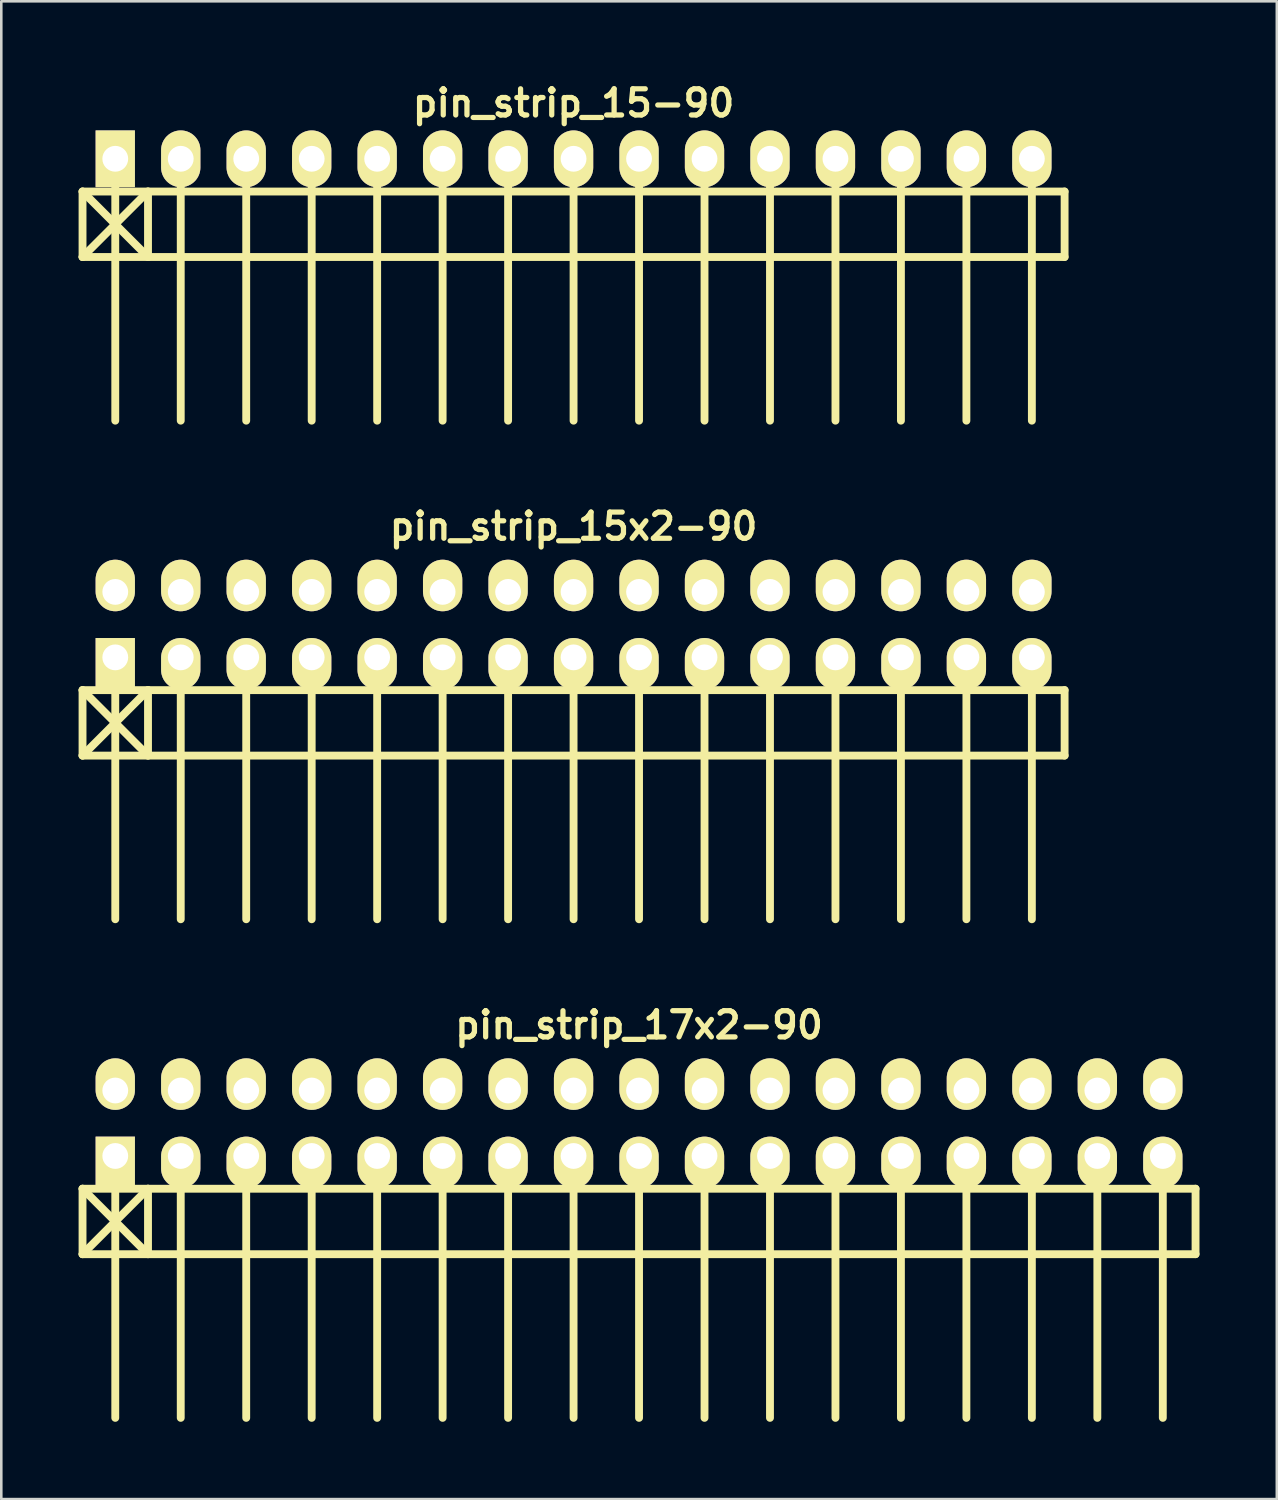
<source format=kicad_pcb>
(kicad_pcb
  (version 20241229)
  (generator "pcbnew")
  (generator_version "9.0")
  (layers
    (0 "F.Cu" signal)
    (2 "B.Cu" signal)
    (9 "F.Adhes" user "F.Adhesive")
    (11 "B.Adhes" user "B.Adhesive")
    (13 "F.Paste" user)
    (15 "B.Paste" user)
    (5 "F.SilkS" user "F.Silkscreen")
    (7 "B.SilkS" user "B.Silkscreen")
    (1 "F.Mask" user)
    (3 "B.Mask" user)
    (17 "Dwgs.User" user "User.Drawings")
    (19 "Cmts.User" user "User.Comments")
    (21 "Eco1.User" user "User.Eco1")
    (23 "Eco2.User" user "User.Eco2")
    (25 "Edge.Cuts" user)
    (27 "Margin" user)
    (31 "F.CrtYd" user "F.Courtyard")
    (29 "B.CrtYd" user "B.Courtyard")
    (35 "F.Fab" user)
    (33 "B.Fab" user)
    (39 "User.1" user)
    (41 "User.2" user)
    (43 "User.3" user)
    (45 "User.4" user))
  (footprint "pin_strip_17x2-90"
    (layer "F.Cu")
    (at 21.742 40.527)
    (property "Reference" "pin_strip_17x2-90" (at 0 -3.81 0) (layer "F.SilkS") (effects (font (size 1.016 1.016) (thickness 0.203))))
    (attr through_hole)
    (fp_line (start -21.59 2.54) (end -19.05 5.08) (stroke (width 0.305) (type solid)) (layer "F.SilkS"))
    (fp_line (start -21.59 2.54) (end 21.59 2.54) (stroke (width 0.305) (type solid)) (layer "F.SilkS"))
    (fp_line (start -21.59 5.08) (end -21.59 2.54) (stroke (width 0.305) (type solid)) (layer "F.SilkS"))
    (fp_line (start -20.32 1.27) (end -20.32 11.43) (stroke (width 0.305) (type solid)) (layer "F.SilkS"))
    (fp_line (start -19.05 2.54) (end -21.59 5.08) (stroke (width 0.305) (type solid)) (layer "F.SilkS"))
    (fp_line (start -19.05 5.08) (end -19.05 2.54) (stroke (width 0.305) (type solid)) (layer "F.SilkS"))
    (fp_line (start -17.78 1.27) (end -17.78 11.43) (stroke (width 0.305) (type solid)) (layer "F.SilkS"))
    (fp_line (start -15.24 11.43) (end -15.24 1.27) (stroke (width 0.305) (type solid)) (layer "F.SilkS"))
    (fp_line (start -12.7 1.27) (end -12.7 11.43) (stroke (width 0.305) (type solid)) (layer "F.SilkS"))
    (fp_line (start -10.16 1.27) (end -10.16 11.43) (stroke (width 0.305) (type solid)) (layer "F.SilkS"))
    (fp_line (start -7.62 1.27) (end -7.62 11.43) (stroke (width 0.305) (type solid)) (layer "F.SilkS"))
    (fp_line (start -5.08 1.27) (end -5.08 11.43) (stroke (width 0.305) (type solid)) (layer "F.SilkS"))
    (fp_line (start -2.54 1.27) (end -2.54 11.43) (stroke (width 0.305) (type solid)) (layer "F.SilkS"))
    (fp_line (start 0 1.27) (end 0 11.43) (stroke (width 0.305) (type solid)) (layer "F.SilkS"))
    (fp_line (start 2.54 1.27) (end 2.54 11.43) (stroke (width 0.305) (type solid)) (layer "F.SilkS"))
    (fp_line (start 5.08 1.27) (end 5.08 11.43) (stroke (width 0.305) (type solid)) (layer "F.SilkS"))
    (fp_line (start 7.62 1.27) (end 7.62 11.43) (stroke (width 0.305) (type solid)) (layer "F.SilkS"))
    (fp_line (start 10.16 11.43) (end 10.16 1.27) (stroke (width 0.305) (type solid)) (layer "F.SilkS"))
    (fp_line (start 12.7 1.27) (end 12.7 11.43) (stroke (width 0.305) (type solid)) (layer "F.SilkS"))
    (fp_line (start 15.24 1.27) (end 15.24 11.43) (stroke (width 0.305) (type solid)) (layer "F.SilkS"))
    (fp_line (start 17.78 1.27) (end 17.78 11.43) (stroke (width 0.305) (type solid)) (layer "F.SilkS"))
    (fp_line (start 20.32 1.27) (end 20.32 11.43) (stroke (width 0.305) (type solid)) (layer "F.SilkS"))
    (fp_line (start 21.59 2.54) (end 21.59 5.08) (stroke (width 0.305) (type solid)) (layer "F.SilkS"))
    (fp_line (start 21.59 5.08) (end -21.59 5.08) (stroke (width 0.305) (type solid)) (layer "F.SilkS"))
    (pad "1" thru_hole rect (at -20.32 1.27) (size 1.524 1.999) (drill 1.001 (offset 0 0.249)) (layers "*.Cu" "*.Mask" "F.SilkS"))
    (pad "2" thru_hole oval (at -20.32 -1.27) (size 1.524 1.999) (drill 1.001 (offset 0 -0.249)) (layers "*.Cu" "*.Mask" "F.SilkS"))
    (pad "3" thru_hole oval (at -17.78 1.27) (size 1.524 1.999) (drill 1.001 (offset 0 0.249)) (layers "*.Cu" "*.Mask" "F.SilkS"))
    (pad "4" thru_hole oval (at -17.78 -1.27) (size 1.524 1.999) (drill 1.001 (offset 0 -0.249)) (layers "*.Cu" "*.Mask" "F.SilkS"))
    (pad "5" thru_hole oval (at -15.24 1.27) (size 1.524 1.999) (drill 1.001 (offset 0 0.249)) (layers "*.Cu" "*.Mask" "F.SilkS"))
    (pad "6" thru_hole oval (at -15.24 -1.27) (size 1.524 1.999) (drill 1.001 (offset 0 -0.249)) (layers "*.Cu" "*.Mask" "F.SilkS"))
    (pad "7" thru_hole oval (at -12.7 1.27) (size 1.524 1.999) (drill 1.001 (offset 0 0.249)) (layers "*.Cu" "*.Mask" "F.SilkS"))
    (pad "8" thru_hole oval (at -12.7 -1.27) (size 1.524 1.999) (drill 1.001 (offset 0 -0.249)) (layers "*.Cu" "*.Mask" "F.SilkS"))
    (pad "9" thru_hole oval (at -10.16 1.27) (size 1.524 1.999) (drill 1.001 (offset 0 0.249)) (layers "*.Cu" "*.Mask" "F.SilkS"))
    (pad "10" thru_hole oval (at -10.16 -1.27) (size 1.524 1.999) (drill 1.001 (offset 0 -0.249)) (layers "*.Cu" "*.Mask" "F.SilkS"))
    (pad "11" thru_hole oval (at -7.62 1.27) (size 1.524 1.999) (drill 1.001 (offset 0 0.249)) (layers "*.Cu" "*.Mask" "F.SilkS"))
    (pad "12" thru_hole oval (at -7.62 -1.27) (size 1.524 1.999) (drill 1.001 (offset 0 -0.249)) (layers "*.Cu" "*.Mask" "F.SilkS"))
    (pad "13" thru_hole oval (at -5.08 1.27) (size 1.524 1.999) (drill 1.001 (offset 0 0.249)) (layers "*.Cu" "*.Mask" "F.SilkS"))
    (pad "14" thru_hole oval (at -5.08 -1.27) (size 1.524 1.999) (drill 1.001 (offset 0 -0.249)) (layers "*.Cu" "*.Mask" "F.SilkS"))
    (pad "15" thru_hole oval (at -2.54 1.27) (size 1.524 1.999) (drill 1.001 (offset 0 0.249)) (layers "*.Cu" "*.Mask" "F.SilkS"))
    (pad "16" thru_hole oval (at -2.54 -1.27) (size 1.524 1.999) (drill 1.001 (offset 0 -0.249)) (layers "*.Cu" "*.Mask" "F.SilkS"))
    (pad "17" thru_hole oval (at 0 1.27) (size 1.524 1.999) (drill 1.001 (offset 0 0.249)) (layers "*.Cu" "*.Mask" "F.SilkS"))
    (pad "18" thru_hole oval (at 0 -1.27) (size 1.524 1.999) (drill 1.001 (offset 0 -0.249)) (layers "*.Cu" "*.Mask" "F.SilkS"))
    (pad "19" thru_hole oval (at 2.54 1.27) (size 1.524 1.999) (drill 1.001 (offset 0 0.249)) (layers "*.Cu" "*.Mask" "F.SilkS"))
    (pad "20" thru_hole oval (at 2.54 -1.27) (size 1.524 1.999) (drill 1.001 (offset 0 -0.249)) (layers "*.Cu" "*.Mask" "F.SilkS"))
    (pad "21" thru_hole oval (at 5.08 1.27) (size 1.524 1.999) (drill 1.001 (offset 0 0.249)) (layers "*.Cu" "*.Mask" "F.SilkS"))
    (pad "22" thru_hole oval (at 5.08 -1.27) (size 1.524 1.999) (drill 1.001 (offset 0 -0.249)) (layers "*.Cu" "*.Mask" "F.SilkS"))
    (pad "23" thru_hole oval (at 7.62 1.27) (size 1.524 1.999) (drill 1.001 (offset 0 0.249)) (layers "*.Cu" "*.Mask" "F.SilkS"))
    (pad "24" thru_hole oval (at 7.62 -1.27) (size 1.524 1.999) (drill 1.001 (offset 0 -0.249)) (layers "*.Cu" "*.Mask" "F.SilkS"))
    (pad "25" thru_hole oval (at 10.16 1.27) (size 1.524 1.999) (drill 1.001 (offset 0 0.249)) (layers "*.Cu" "*.Mask" "F.SilkS"))
    (pad "26" thru_hole oval (at 10.16 -1.27) (size 1.524 1.999) (drill 1.001 (offset 0 -0.249)) (layers "*.Cu" "*.Mask" "F.SilkS"))
    (pad "27" thru_hole oval (at 12.7 1.27) (size 1.524 1.999) (drill 1.001 (offset 0 0.249)) (layers "*.Cu" "*.Mask" "F.SilkS"))
    (pad "28" thru_hole oval (at 12.7 -1.27) (size 1.524 1.999) (drill 1.001 (offset 0 -0.249)) (layers "*.Cu" "*.Mask" "F.SilkS"))
    (pad "29" thru_hole oval (at 15.24 1.27) (size 1.524 1.999) (drill 1.001 (offset 0 0.249)) (layers "*.Cu" "*.Mask" "F.SilkS"))
    (pad "30" thru_hole oval (at 15.24 -1.27) (size 1.524 1.999) (drill 1.001 (offset 0 -0.249)) (layers "*.Cu" "*.Mask" "F.SilkS"))
    (pad "31" thru_hole oval (at 17.78 1.27) (size 1.524 1.999) (drill 1.001 (offset 0 0.249)) (layers "*.Cu" "*.Mask" "F.SilkS"))
    (pad "32" thru_hole oval (at 17.78 -1.27) (size 1.524 1.999) (drill 1.001 (offset 0 -0.249)) (layers "*.Cu" "*.Mask" "F.SilkS"))
    (pad "33" thru_hole oval (at 20.32 1.27) (size 1.524 1.999) (drill 1.001 (offset 0 0.249)) (layers "*.Cu" "*.Mask" "F.SilkS"))
    (pad "34" thru_hole oval (at 20.32 -1.27) (size 1.524 1.999) (drill 1.001 (offset 0 -0.249)) (layers "*.Cu" "*.Mask" "F.SilkS")))
  (footprint "pin_strip_15x2-90"
    (layer "F.Cu")
    (at 19.202 21.183)
    (property "Reference" "pin_strip_15x2-90" (at 0 -3.81 0) (layer "F.SilkS") (effects (font (size 1.016 1.016) (thickness 0.203))))
    (attr through_hole)
    (fp_line (start -19.05 2.54) (end -16.51 5.08) (stroke (width 0.305) (type solid)) (layer "F.SilkS"))
    (fp_line (start -19.05 2.54) (end 19.05 2.54) (stroke (width 0.305) (type solid)) (layer "F.SilkS"))
    (fp_line (start -19.05 5.08) (end -19.05 2.54) (stroke (width 0.305) (type solid)) (layer "F.SilkS"))
    (fp_line (start -17.78 1.27) (end -17.78 11.43) (stroke (width 0.305) (type solid)) (layer "F.SilkS"))
    (fp_line (start -16.51 2.54) (end -19.05 5.08) (stroke (width 0.305) (type solid)) (layer "F.SilkS"))
    (fp_line (start -16.51 5.08) (end -16.51 2.54) (stroke (width 0.305) (type solid)) (layer "F.SilkS"))
    (fp_line (start -15.24 1.27) (end -15.24 11.43) (stroke (width 0.305) (type solid)) (layer "F.SilkS"))
    (fp_line (start -12.7 11.43) (end -12.7 1.27) (stroke (width 0.305) (type solid)) (layer "F.SilkS"))
    (fp_line (start -10.16 1.27) (end -10.16 11.43) (stroke (width 0.305) (type solid)) (layer "F.SilkS"))
    (fp_line (start -7.62 1.27) (end -7.62 11.43) (stroke (width 0.305) (type solid)) (layer "F.SilkS"))
    (fp_line (start -5.08 1.27) (end -5.08 11.43) (stroke (width 0.305) (type solid)) (layer "F.SilkS"))
    (fp_line (start -2.54 1.27) (end -2.54 11.43) (stroke (width 0.305) (type solid)) (layer "F.SilkS"))
    (fp_line (start 0 1.27) (end 0 11.43) (stroke (width 0.305) (type solid)) (layer "F.SilkS"))
    (fp_line (start 2.54 1.27) (end 2.54 11.43) (stroke (width 0.305) (type solid)) (layer "F.SilkS"))
    (fp_line (start 5.08 1.27) (end 5.08 11.43) (stroke (width 0.305) (type solid)) (layer "F.SilkS"))
    (fp_line (start 7.62 1.27) (end 7.62 11.43) (stroke (width 0.305) (type solid)) (layer "F.SilkS"))
    (fp_line (start 10.16 1.27) (end 10.16 11.43) (stroke (width 0.305) (type solid)) (layer "F.SilkS"))
    (fp_line (start 12.7 11.43) (end 12.7 1.27) (stroke (width 0.305) (type solid)) (layer "F.SilkS"))
    (fp_line (start 15.24 1.27) (end 15.24 11.43) (stroke (width 0.305) (type solid)) (layer "F.SilkS"))
    (fp_line (start 17.78 1.27) (end 17.78 11.43) (stroke (width 0.305) (type solid)) (layer "F.SilkS"))
    (fp_line (start 19.05 2.54) (end 19.05 5.08) (stroke (width 0.305) (type solid)) (layer "F.SilkS"))
    (fp_line (start 19.05 5.08) (end -19.05 5.08) (stroke (width 0.305) (type solid)) (layer "F.SilkS"))
    (pad "1" thru_hole rect (at -17.78 1.27) (size 1.524 1.999) (drill 1.001 (offset 0 0.249)) (layers "*.Cu" "*.Mask" "F.SilkS"))
    (pad "2" thru_hole oval (at -17.78 -1.27) (size 1.524 1.999) (drill 1.001 (offset 0 -0.249)) (layers "*.Cu" "*.Mask" "F.SilkS"))
    (pad "3" thru_hole oval (at -15.24 1.27) (size 1.524 1.999) (drill 1.001 (offset 0 0.249)) (layers "*.Cu" "*.Mask" "F.SilkS"))
    (pad "4" thru_hole oval (at -15.24 -1.27) (size 1.524 1.999) (drill 1.001 (offset 0 -0.249)) (layers "*.Cu" "*.Mask" "F.SilkS"))
    (pad "5" thru_hole oval (at -12.7 1.27) (size 1.524 1.999) (drill 1.001 (offset 0 0.249)) (layers "*.Cu" "*.Mask" "F.SilkS"))
    (pad "6" thru_hole oval (at -12.7 -1.27) (size 1.524 1.999) (drill 1.001 (offset 0 -0.249)) (layers "*.Cu" "*.Mask" "F.SilkS"))
    (pad "7" thru_hole oval (at -10.16 1.27) (size 1.524 1.999) (drill 1.001 (offset 0 0.249)) (layers "*.Cu" "*.Mask" "F.SilkS"))
    (pad "8" thru_hole oval (at -10.16 -1.27) (size 1.524 1.999) (drill 1.001 (offset 0 -0.249)) (layers "*.Cu" "*.Mask" "F.SilkS"))
    (pad "9" thru_hole oval (at -7.62 1.27) (size 1.524 1.999) (drill 1.001 (offset 0 0.249)) (layers "*.Cu" "*.Mask" "F.SilkS"))
    (pad "10" thru_hole oval (at -7.62 -1.27) (size 1.524 1.999) (drill 1.001 (offset 0 -0.249)) (layers "*.Cu" "*.Mask" "F.SilkS"))
    (pad "11" thru_hole oval (at -5.08 1.27) (size 1.524 1.999) (drill 1.001 (offset 0 0.249)) (layers "*.Cu" "*.Mask" "F.SilkS"))
    (pad "12" thru_hole oval (at -5.08 -1.27) (size 1.524 1.999) (drill 1.001 (offset 0 -0.249)) (layers "*.Cu" "*.Mask" "F.SilkS"))
    (pad "13" thru_hole oval (at -2.54 1.27) (size 1.524 1.999) (drill 1.001 (offset 0 0.249)) (layers "*.Cu" "*.Mask" "F.SilkS"))
    (pad "14" thru_hole oval (at -2.54 -1.27) (size 1.524 1.999) (drill 1.001 (offset 0 -0.249)) (layers "*.Cu" "*.Mask" "F.SilkS"))
    (pad "15" thru_hole oval (at 0 1.27) (size 1.524 1.999) (drill 1.001 (offset 0 0.249)) (layers "*.Cu" "*.Mask" "F.SilkS"))
    (pad "16" thru_hole oval (at 0 -1.27) (size 1.524 1.999) (drill 1.001 (offset 0 -0.249)) (layers "*.Cu" "*.Mask" "F.SilkS"))
    (pad "17" thru_hole oval (at 2.54 1.27) (size 1.524 1.999) (drill 1.001 (offset 0 0.249)) (layers "*.Cu" "*.Mask" "F.SilkS"))
    (pad "18" thru_hole oval (at 2.54 -1.27) (size 1.524 1.999) (drill 1.001 (offset 0 -0.249)) (layers "*.Cu" "*.Mask" "F.SilkS"))
    (pad "19" thru_hole oval (at 5.08 1.27) (size 1.524 1.999) (drill 1.001 (offset 0 0.249)) (layers "*.Cu" "*.Mask" "F.SilkS"))
    (pad "20" thru_hole oval (at 5.08 -1.27) (size 1.524 1.999) (drill 1.001 (offset 0 -0.249)) (layers "*.Cu" "*.Mask" "F.SilkS"))
    (pad "21" thru_hole oval (at 7.62 1.27) (size 1.524 1.999) (drill 1.001 (offset 0 0.249)) (layers "*.Cu" "*.Mask" "F.SilkS"))
    (pad "22" thru_hole oval (at 7.62 -1.27) (size 1.524 1.999) (drill 1.001 (offset 0 -0.249)) (layers "*.Cu" "*.Mask" "F.SilkS"))
    (pad "23" thru_hole oval (at 10.16 1.27) (size 1.524 1.999) (drill 1.001 (offset 0 0.249)) (layers "*.Cu" "*.Mask" "F.SilkS"))
    (pad "24" thru_hole oval (at 10.16 -1.27) (size 1.524 1.999) (drill 1.001 (offset 0 -0.249)) (layers "*.Cu" "*.Mask" "F.SilkS"))
    (pad "25" thru_hole oval (at 12.7 1.27) (size 1.524 1.999) (drill 1.001 (offset 0 0.249)) (layers "*.Cu" "*.Mask" "F.SilkS"))
    (pad "26" thru_hole oval (at 12.7 -1.27) (size 1.524 1.999) (drill 1.001 (offset 0 -0.249)) (layers "*.Cu" "*.Mask" "F.SilkS"))
    (pad "27" thru_hole oval (at 15.24 1.27) (size 1.524 1.999) (drill 1.001 (offset 0 0.249)) (layers "*.Cu" "*.Mask" "F.SilkS"))
    (pad "28" thru_hole oval (at 15.24 -1.27) (size 1.524 1.999) (drill 1.001 (offset 0 -0.249)) (layers "*.Cu" "*.Mask" "F.SilkS"))
    (pad "29" thru_hole oval (at 17.78 1.27) (size 1.524 1.999) (drill 1.001 (offset 0 0.249)) (layers "*.Cu" "*.Mask" "F.SilkS"))
    (pad "30" thru_hole oval (at 17.78 -1.27) (size 1.524 1.999) (drill 1.001 (offset 0 -0.249)) (layers "*.Cu" "*.Mask" "F.SilkS")))
  (footprint "pin_strip_15-90"
    (layer "F.Cu")
    (at 19.202 3.11)
    (property "Reference" "pin_strip_15-90" (at 0 -2.159 0) (layer "F.SilkS") (effects (font (size 1.016 1.016) (thickness 0.203))))
    (attr through_hole)
    (fp_line (start -19.05 1.27) (end 19.05 1.27) (stroke (width 0.305) (type solid)) (layer "F.SilkS"))
    (fp_line (start -19.05 3.81) (end -19.05 1.27) (stroke (width 0.305) (type solid)) (layer "F.SilkS"))
    (fp_line (start -19.05 3.81) (end -16.51 1.27) (stroke (width 0.305) (type solid)) (layer "F.SilkS"))
    (fp_line (start -17.78 0) (end -17.78 10.16) (stroke (width 0.305) (type solid)) (layer "F.SilkS"))
    (fp_line (start -16.51 1.27) (end -16.51 3.81) (stroke (width 0.305) (type solid)) (layer "F.SilkS"))
    (fp_line (start -16.51 3.81) (end -19.05 1.27) (stroke (width 0.305) (type solid)) (layer "F.SilkS"))
    (fp_line (start -15.24 0) (end -15.24 10.16) (stroke (width 0.305) (type solid)) (layer "F.SilkS"))
    (fp_line (start -12.7 10.16) (end -12.7 0) (stroke (width 0.305) (type solid)) (layer "F.SilkS"))
    (fp_line (start -10.16 0) (end -10.16 10.16) (stroke (width 0.305) (type solid)) (layer "F.SilkS"))
    (fp_line (start -7.62 0) (end -7.62 10.16) (stroke (width 0.305) (type solid)) (layer "F.SilkS"))
    (fp_line (start -5.08 0) (end -5.08 10.16) (stroke (width 0.305) (type solid)) (layer "F.SilkS"))
    (fp_line (start -2.54 0) (end -2.54 10.16) (stroke (width 0.305) (type solid)) (layer "F.SilkS"))
    (fp_line (start 0 0) (end 0 10.16) (stroke (width 0.305) (type solid)) (layer "F.SilkS"))
    (fp_line (start 2.54 0) (end 2.54 10.16) (stroke (width 0.305) (type solid)) (layer "F.SilkS"))
    (fp_line (start 5.08 0) (end 5.08 10.16) (stroke (width 0.305) (type solid)) (layer "F.SilkS"))
    (fp_line (start 7.62 0) (end 7.62 10.16) (stroke (width 0.305) (type solid)) (layer "F.SilkS"))
    (fp_line (start 10.16 0) (end 10.16 10.16) (stroke (width 0.305) (type solid)) (layer "F.SilkS"))
    (fp_line (start 12.7 10.16) (end 12.7 0) (stroke (width 0.305) (type solid)) (layer "F.SilkS"))
    (fp_line (start 15.24 0) (end 15.24 10.16) (stroke (width 0.305) (type solid)) (layer "F.SilkS"))
    (fp_line (start 17.78 0) (end 17.78 10.16) (stroke (width 0.305) (type solid)) (layer "F.SilkS"))
    (fp_line (start 19.05 1.27) (end 19.05 3.81) (stroke (width 0.305) (type solid)) (layer "F.SilkS"))
    (fp_line (start 19.05 3.81) (end -19.05 3.81) (stroke (width 0.305) (type solid)) (layer "F.SilkS"))
    (pad "1" thru_hole rect (at -17.78 0) (size 1.524 2.2) (drill 1.001) (layers "*.Cu" "*.Mask" "F.SilkS"))
    (pad "2" thru_hole oval (at -15.24 0) (size 1.524 2.2) (drill 1.001) (layers "*.Cu" "*.Mask" "F.SilkS"))
    (pad "3" thru_hole oval (at -12.7 0) (size 1.524 2.2) (drill 1.001) (layers "*.Cu" "*.Mask" "F.SilkS"))
    (pad "4" thru_hole oval (at -10.16 0) (size 1.524 2.2) (drill 1.001) (layers "*.Cu" "*.Mask" "F.SilkS"))
    (pad "5" thru_hole oval (at -7.62 0) (size 1.524 2.2) (drill 1.001) (layers "*.Cu" "*.Mask" "F.SilkS"))
    (pad "6" thru_hole oval (at -5.08 0) (size 1.524 2.2) (drill 1.001) (layers "*.Cu" "*.Mask" "F.SilkS"))
    (pad "7" thru_hole oval (at -2.54 0) (size 1.524 2.2) (drill 1.001) (layers "*.Cu" "*.Mask" "F.SilkS"))
    (pad "8" thru_hole oval (at 0 0) (size 1.524 2.2) (drill 1.001) (layers "*.Cu" "*.Mask" "F.SilkS"))
    (pad "9" thru_hole oval (at 2.54 0) (size 1.524 2.2) (drill 1.001) (layers "*.Cu" "*.Mask" "F.SilkS"))
    (pad "10" thru_hole oval (at 5.08 0) (size 1.524 2.2) (drill 1.001) (layers "*.Cu" "*.Mask" "F.SilkS"))
    (pad "11" thru_hole oval (at 7.62 0) (size 1.524 2.2) (drill 1.001) (layers "*.Cu" "*.Mask" "F.SilkS"))
    (pad "12" thru_hole oval (at 10.16 0) (size 1.524 2.2) (drill 1.001) (layers "*.Cu" "*.Mask" "F.SilkS"))
    (pad "13" thru_hole oval (at 12.7 0) (size 1.524 2.2) (drill 1.001) (layers "*.Cu" "*.Mask" "F.SilkS"))
    (pad "14" thru_hole oval (at 15.24 0) (size 1.524 2.2) (drill 1.001) (layers "*.Cu" "*.Mask" "F.SilkS"))
    (pad "15" thru_hole oval (at 17.78 0) (size 1.524 2.2) (drill 1.001) (layers "*.Cu" "*.Mask" "F.SilkS")))
  (gr_rect
    (start -3 -3)
    (end 46.485 55.109)
    (stroke (width 0.1) (type default))
    (fill no)
    (layer "Edge.Cuts")))
</source>
